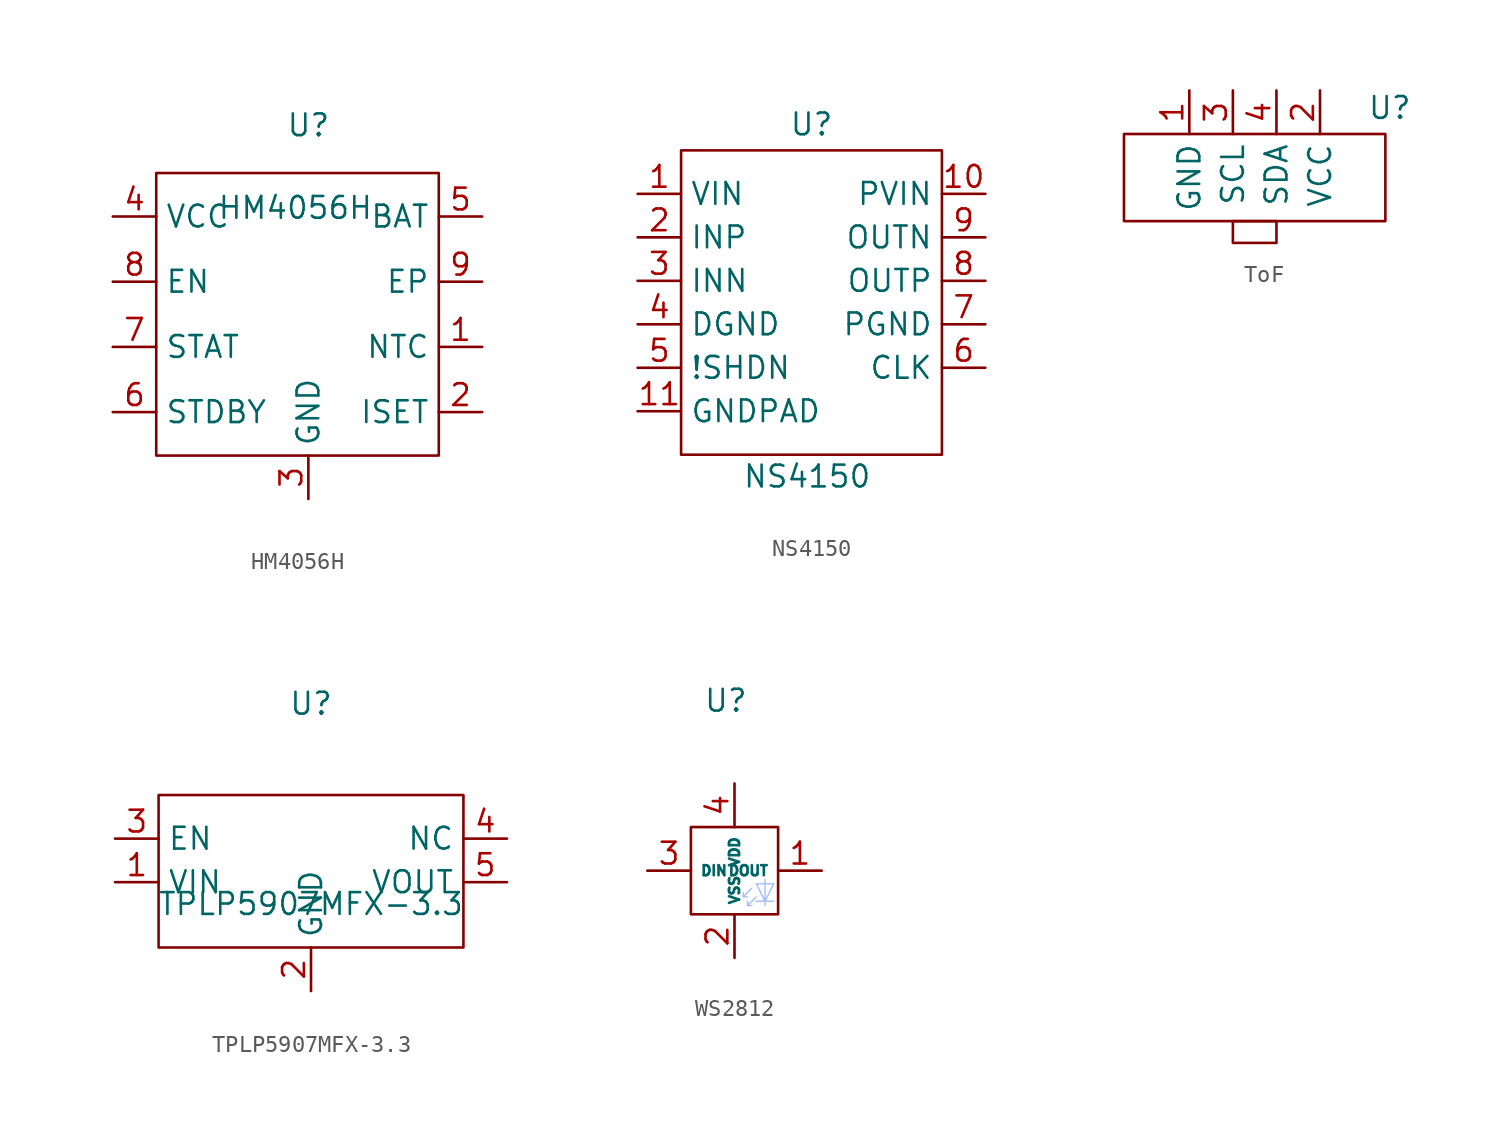
<source format=kicad_sym>
(kicad_symbol_lib
  (version 20231120)
  (generator "kicad_symbol_editor")
  (generator_version "8.0")
  (symbol "HM4056H"
    (property "Reference" "U"
      (at 0 10.414 0)
      (effects (font (size 1.27 1.27))))
    (property "Value" "HM4056H"
      (at -0.762 5.588 0)
      (effects (font (size 1.27 1.27))))
    (symbol "HM4056H_0_1"
      (rectangle (start -8.89 7.62) (end 7.62 -8.89) (stroke (width 0) (type default)) (fill (type none))))
    (symbol "HM4056H_1_1"
      (pin input line (at 10.16 -2.54 180) (length 2.54) (name "NTC" (effects (font (size 1.27 1.27)))) (number "1" (effects (font (size 1.27 1.27)))))
      (pin input line (at 10.16 -6.35 180) (length 2.54) (name "ISET" (effects (font (size 1.27 1.27)))) (number "2" (effects (font (size 1.27 1.27)))))
      (pin power_in line (at 0 -11.43 90) (length 2.54) (name "GND" (effects (font (size 1.27 1.27)))) (number "3" (effects (font (size 1.27 1.27)))))
      (pin power_in line (at -11.43 5.08 0) (length 2.54) (name "VCC" (effects (font (size 1.27 1.27)))) (number "4" (effects (font (size 1.27 1.27)))))
      (pin input line (at 10.16 5.08 180) (length 2.54) (name "BAT" (effects (font (size 1.27 1.27)))) (number "5" (effects (font (size 1.27 1.27)))))
      (pin input line (at -11.43 -6.35 0) (length 2.54) (name "STDBY" (effects (font (size 1.27 1.27)))) (number "6" (effects (font (size 1.27 1.27)))))
      (pin input line (at -11.43 -2.54 0) (length 2.54) (name "STAT" (effects (font (size 1.27 1.27)))) (number "7" (effects (font (size 1.27 1.27)))))
      (pin input line (at -11.43 1.27 0) (length 2.54) (name "EN" (effects (font (size 1.27 1.27)))) (number "8" (effects (font (size 1.27 1.27)))))
      (pin input line (at 10.16 1.27 180) (length 2.54) (name "EP" (effects (font (size 1.27 1.27)))) (number "9" (effects (font (size 1.27 1.27)))))))
  (symbol "NS4150"
    (property "Reference" "U"
      (at 0 7.874 0)
      (effects (font (size 1.27 1.27))))
    (property "Value" "NS4150"
      (at -0.254 -12.7 0)
      (effects (font (size 1.27 1.27))))
    (symbol "NS4150_0_1"
      (rectangle (start -7.62 6.35) (end 7.62 -11.43) (stroke (width 0) (type default)) (fill (type none))))
    (symbol "NS4150_1_1"
      (pin power_in line (at -10.16 3.81 0) (length 2.54) (name "VIN" (effects (font (size 1.27 1.27)))) (number "1" (effects (font (size 1.27 1.27)))))
      (pin power_in line (at 10.16 3.81 180) (length 2.54) (name "PVIN" (effects (font (size 1.27 1.27)))) (number "10" (effects (font (size 1.27 1.27)))))
      (pin power_in line (at -10.16 -8.89 0) (length 2.54) (name "GNDPAD" (effects (font (size 1.27 1.27)))) (number "11" (effects (font (size 1.27 1.27)))))
      (pin input line (at -10.16 1.27 0) (length 2.54) (name "INP" (effects (font (size 1.27 1.27)))) (number "2" (effects (font (size 1.27 1.27)))))
      (pin input line (at -10.16 -1.27 0) (length 2.54) (name "INN" (effects (font (size 1.27 1.27)))) (number "3" (effects (font (size 1.27 1.27)))))
      (pin input line (at -10.16 -3.81 0) (length 2.54) (name "DGND" (effects (font (size 1.27 1.27)))) (number "4" (effects (font (size 1.27 1.27)))))
      (pin input line (at -10.16 -6.35 0) (length 2.54) (name "!SHDN" (effects (font (size 1.27 1.27)))) (number "5" (effects (font (size 1.27 1.27)))))
      (pin input line (at 10.16 -6.35 180) (length 2.54) (name "CLK" (effects (font (size 1.27 1.27)))) (number "6" (effects (font (size 1.27 1.27)))))
      (pin power_in line (at 10.16 -3.81 180) (length 2.54) (name "PGND" (effects (font (size 1.27 1.27)))) (number "7" (effects (font (size 1.27 1.27)))))
      (pin input line (at 10.16 -1.27 180) (length 2.54) (name "OUTP" (effects (font (size 1.27 1.27)))) (number "8" (effects (font (size 1.27 1.27)))))
      (pin input line (at 10.16 1.27 180) (length 2.54) (name "OUTN" (effects (font (size 1.27 1.27)))) (number "9" (effects (font (size 1.27 1.27)))))))
  (symbol "ToF"
    (property "Reference" "U"
      (at 7.874 4.064 0)
      (effects (font (size 1.27 1.27))))
    (property "Value" ""
      (at 0 0 0)
      (effects (font (size 1.27 1.27))))
    (symbol "ToF_0_1"
      (rectangle (start -7.62 2.54) (end 7.62 -2.54) (stroke (width 0) (type default)) (fill (type none)))
      (rectangle (start -1.27 -2.54) (end 1.27 -3.81) (stroke (width 0) (type default)) (fill (type none))))
    (symbol "ToF_1_1"
      (pin power_in line (at -3.81 5.08 270) (length 2.54) (name "GND" (effects (font (size 1.27 1.27)))) (number "1" (effects (font (size 1.27 1.27)))))
      (pin power_in line (at 3.81 5.08 270) (length 2.54) (name "VCC" (effects (font (size 1.27 1.27)))) (number "2" (effects (font (size 1.27 1.27)))))
      (pin input line (at -1.27 5.08 270) (length 2.54) (name "SCL" (effects (font (size 1.27 1.27)))) (number "3" (effects (font (size 1.27 1.27)))))
      (pin input line (at 1.27 5.08 270) (length 2.54) (name "SDA" (effects (font (size 1.27 1.27)))) (number "4" (effects (font (size 1.27 1.27)))))))
  (symbol "TPLP5907MFX-3.3"
    (property "Reference" "U"
      (at 0 11.684 0)
      (effects (font (size 1.27 1.27))))
    (property "Value" "TPLP5907MFX-3.3"
      (at 0 0 0)
      (effects (font (size 1.27 1.27))))
    (symbol "TPLP5907MFX-3.3_0_1"
      (rectangle (start -8.89 6.35) (end 8.89 -2.54) (stroke (width 0) (type default)) (fill (type none))))
    (symbol "TPLP5907MFX-3.3_1_1"
      (pin power_in line (at -11.43 1.27 0) (length 2.54) (name "VIN" (effects (font (size 1.27 1.27)))) (number "1" (effects (font (size 1.27 1.27)))))
      (pin power_in line (at 0 -5.08 90) (length 2.54) (name "GND" (effects (font (size 1.27 1.27)))) (number "2" (effects (font (size 1.27 1.27)))))
      (pin input line (at -11.43 3.81 0) (length 2.54) (name "EN" (effects (font (size 1.27 1.27)))) (number "3" (effects (font (size 1.27 1.27)))))
      (pin input line (at 11.43 3.81 180) (length 2.54) (name "NC" (effects (font (size 1.27 1.27)))) (number "4" (effects (font (size 1.27 1.27)))))
      (pin power_out line (at 11.43 1.27 180) (length 2.54) (name "VOUT" (effects (font (size 1.27 1.27)))) (number "5" (effects (font (size 1.27 1.27)))))))
  (symbol "WS2812"
    (property "Reference" "U"
      (at -0.508 9.906 0)
      (effects (font (size 1.27 1.27))))
    (property "Value" ""
      (at 0 0 0)
      (effects (font (size 1.27 1.27))))
    (symbol "WS2812_1_1"
      (rectangle (start -2.54 2.54) (end 2.54 -2.54) (stroke (width 0) (type default)) (fill (type none)))
      (polyline (pts (xy 1.016 -1.016) (xy 0.508 -1.524) (xy 0.508 -1.27) (xy 0.508 -1.524) (xy 0.762 -1.524)) (stroke (width 0.076) (type default) (color 159 183 255 1)) (fill (type none)))
      (polyline (pts (xy 1.27 -1.524) (xy 0.762 -2.032) (xy 0.762 -1.778) (xy 0.762 -2.032) (xy 1.016 -2.032)) (stroke (width 0.076) (type default) (color 159 183 255 1)) (fill (type none)))
      (polyline (pts (xy 1.778 -1.778) (xy 1.27 -0.762) (xy 2.286 -0.762) (xy 1.778 -1.778) (xy 1.778 -0.508) (xy 1.778 -0.508) (xy 1.778 -1.778) (xy 1.27 -1.778) (xy 2.286 -1.778) (xy 1.778 -1.778) (xy 1.778 -2.032) (xy 1.778 -1.778)) (stroke (width 0.076) (type default) (color 159 183 255 1)) (fill (type none)))
      (pin output line (at 5.08 0 180) (length 2.54) (name "DOUT" (effects (font (size 0.584 0.584)))) (number "1" (effects (font (size 1.27 1.27)))))
      (pin power_in line (at 0 -5.08 90) (length 2.54) (name "VSS" (effects (font (size 0.584 0.584)))) (number "2" (effects (font (size 1.27 1.27)))))
      (pin input line (at -5.08 0 0) (length 2.54) (name "DIN" (effects (font (size 0.584 0.584)))) (number "3" (effects (font (size 1.27 1.27)))))
      (pin power_in line (at 0 5.08 270) (length 2.54) (name "VDD" (effects (font (size 0.584 0.584)))) (number "4" (effects (font (size 1.27 1.27))))))))
</source>
